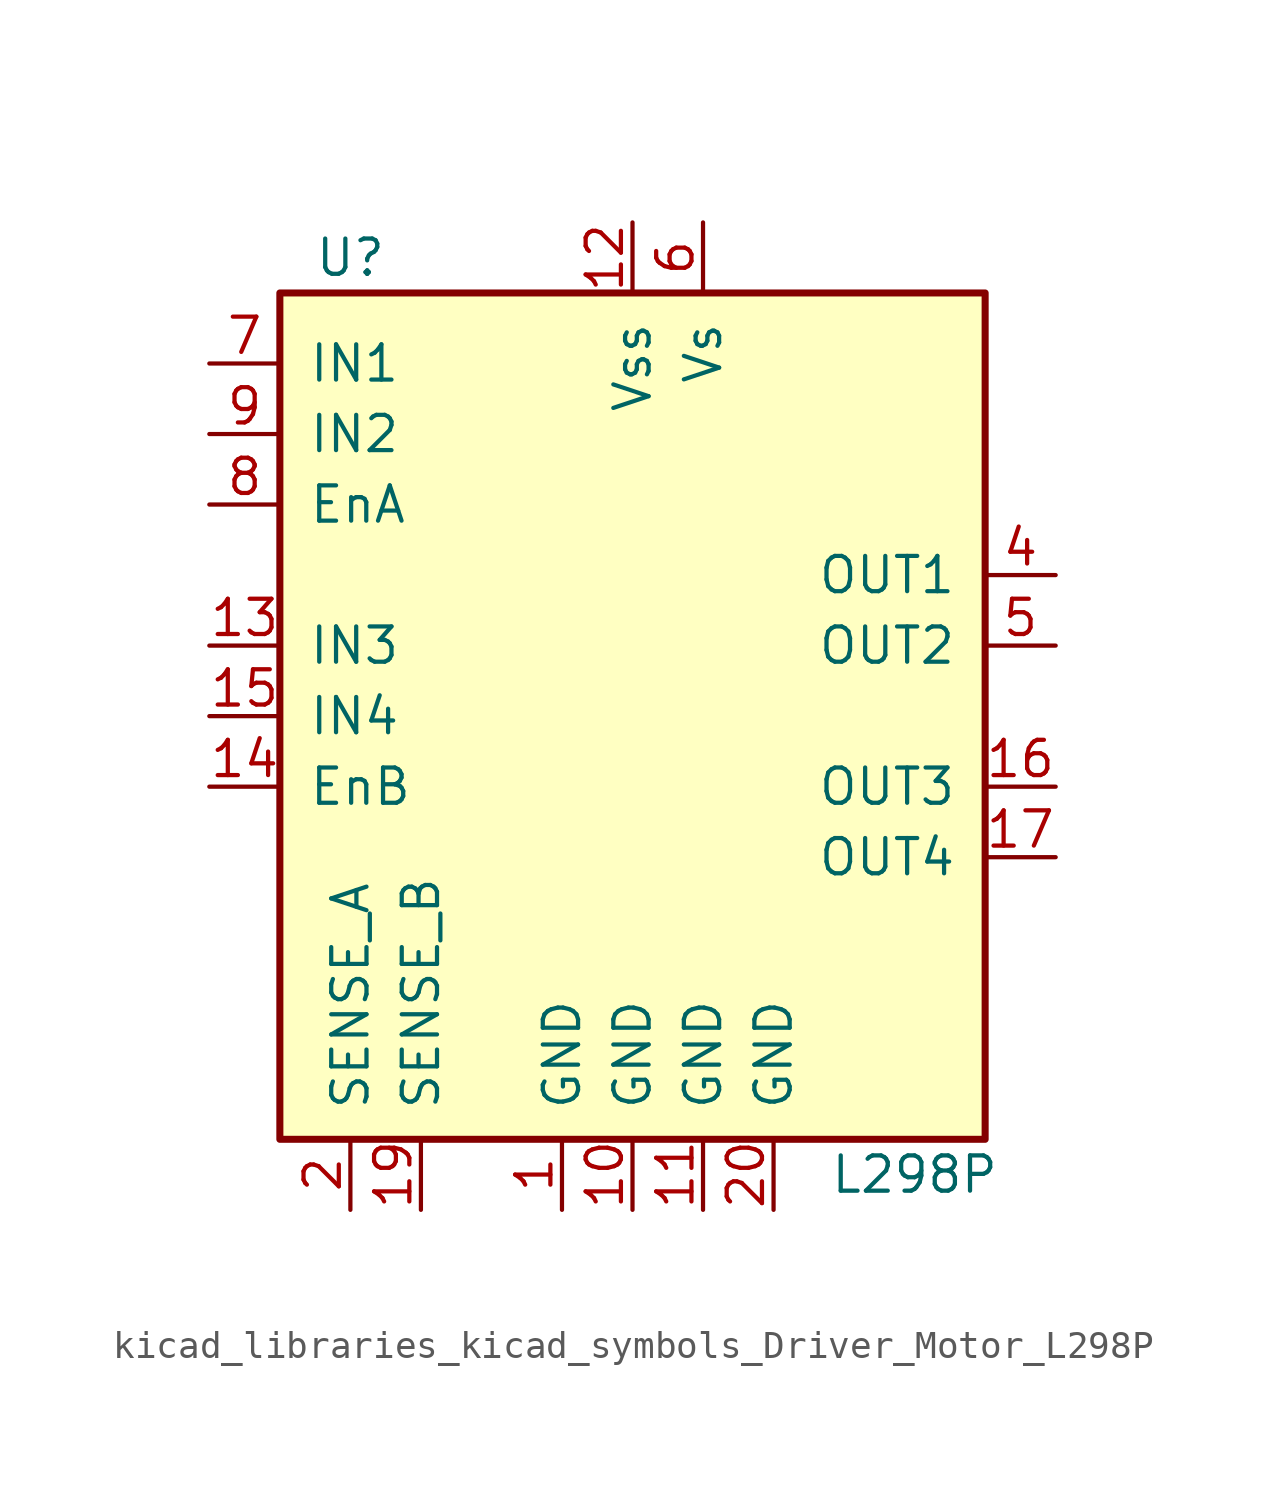
<source format=kicad_sym>
(kicad_symbol_lib
  (version 20220914)
  (generator kicad_symbol_editor)
  (symbol "kicad_libraries_kicad_symbols_Driver_Motor_L298P"
    (pin_names
      (offset 1.016))
    (property "Reference" "U"
      (at -10.16 16.51 0)
      (effects (font (size 1.27 1.27))))
    (property "Value" "L298P"
      (at 10.16 -16.51 0)
      (effects (font (size 1.27 1.27))))
    (symbol "kicad_libraries_kicad_symbols_Driver_Motor_L298P_0_1"
      (rectangle (start -12.7 15.24) (end 12.7 -15.24) (stroke (width 0.254) (type default)) (fill (type background))))
    (symbol "kicad_libraries_kicad_symbols_Driver_Motor_L298P_1_1"
      (pin power_in line (at -2.54 -17.78 90) (length 2.54) (name "GND" (effects (font (size 1.27 1.27)))) (number "1" (effects (font (size 1.27 1.27)))))
      (pin power_in line (at 0 -17.78 90) (length 2.54) (name "GND" (effects (font (size 1.27 1.27)))) (number "10" (effects (font (size 1.27 1.27)))))
      (pin power_in line (at 2.54 -17.78 90) (length 2.54) (name "GND" (effects (font (size 1.27 1.27)))) (number "11" (effects (font (size 1.27 1.27)))))
      (pin power_in line (at 0 17.78 270) (length 2.54) (name "Vss" (effects (font (size 1.27 1.27)))) (number "12" (effects (font (size 1.27 1.27)))))
      (pin input line (at -15.24 2.54 0) (length 2.54) (name "IN3" (effects (font (size 1.27 1.27)))) (number "13" (effects (font (size 1.27 1.27)))))
      (pin input line (at -15.24 -2.54 0) (length 2.54) (name "EnB" (effects (font (size 1.27 1.27)))) (number "14" (effects (font (size 1.27 1.27)))))
      (pin input line (at -15.24 0 0) (length 2.54) (name "IN4" (effects (font (size 1.27 1.27)))) (number "15" (effects (font (size 1.27 1.27)))))
      (pin output line (at 15.24 -2.54 180) (length 2.54) (name "OUT3" (effects (font (size 1.27 1.27)))) (number "16" (effects (font (size 1.27 1.27)))))
      (pin output line (at 15.24 -5.08 180) (length 2.54) (name "OUT4" (effects (font (size 1.27 1.27)))) (number "17" (effects (font (size 1.27 1.27)))))
      (pin no_connect line (at 12.7 10.16 180) (length 2.54) hide (name "NC" (effects (font (size 1.27 1.27)))) (number "18" (effects (font (size 1.27 1.27)))))
      (pin power_in line (at -7.62 -17.78 90) (length 2.54) (name "SENSE_B" (effects (font (size 1.27 1.27)))) (number "19" (effects (font (size 1.27 1.27)))))
      (pin power_in line (at -10.16 -17.78 90) (length 2.54) (name "SENSE_A" (effects (font (size 1.27 1.27)))) (number "2" (effects (font (size 1.27 1.27)))))
      (pin power_in line (at 5.08 -17.78 90) (length 2.54) (name "GND" (effects (font (size 1.27 1.27)))) (number "20" (effects (font (size 1.27 1.27)))))
      (pin no_connect line (at 12.7 12.7 180) (length 2.54) hide (name "NC" (effects (font (size 1.27 1.27)))) (number "3" (effects (font (size 1.27 1.27)))))
      (pin output line (at 15.24 5.08 180) (length 2.54) (name "OUT1" (effects (font (size 1.27 1.27)))) (number "4" (effects (font (size 1.27 1.27)))))
      (pin output line (at 15.24 2.54 180) (length 2.54) (name "OUT2" (effects (font (size 1.27 1.27)))) (number "5" (effects (font (size 1.27 1.27)))))
      (pin power_in line (at 2.54 17.78 270) (length 2.54) (name "Vs" (effects (font (size 1.27 1.27)))) (number "6" (effects (font (size 1.27 1.27)))))
      (pin input line (at -15.24 12.7 0) (length 2.54) (name "IN1" (effects (font (size 1.27 1.27)))) (number "7" (effects (font (size 1.27 1.27)))))
      (pin input line (at -15.24 7.62 0) (length 2.54) (name "EnA" (effects (font (size 1.27 1.27)))) (number "8" (effects (font (size 1.27 1.27)))))
      (pin input line (at -15.24 10.16 0) (length 2.54) (name "IN2" (effects (font (size 1.27 1.27)))) (number "9" (effects (font (size 1.27 1.27))))))))
</source>
